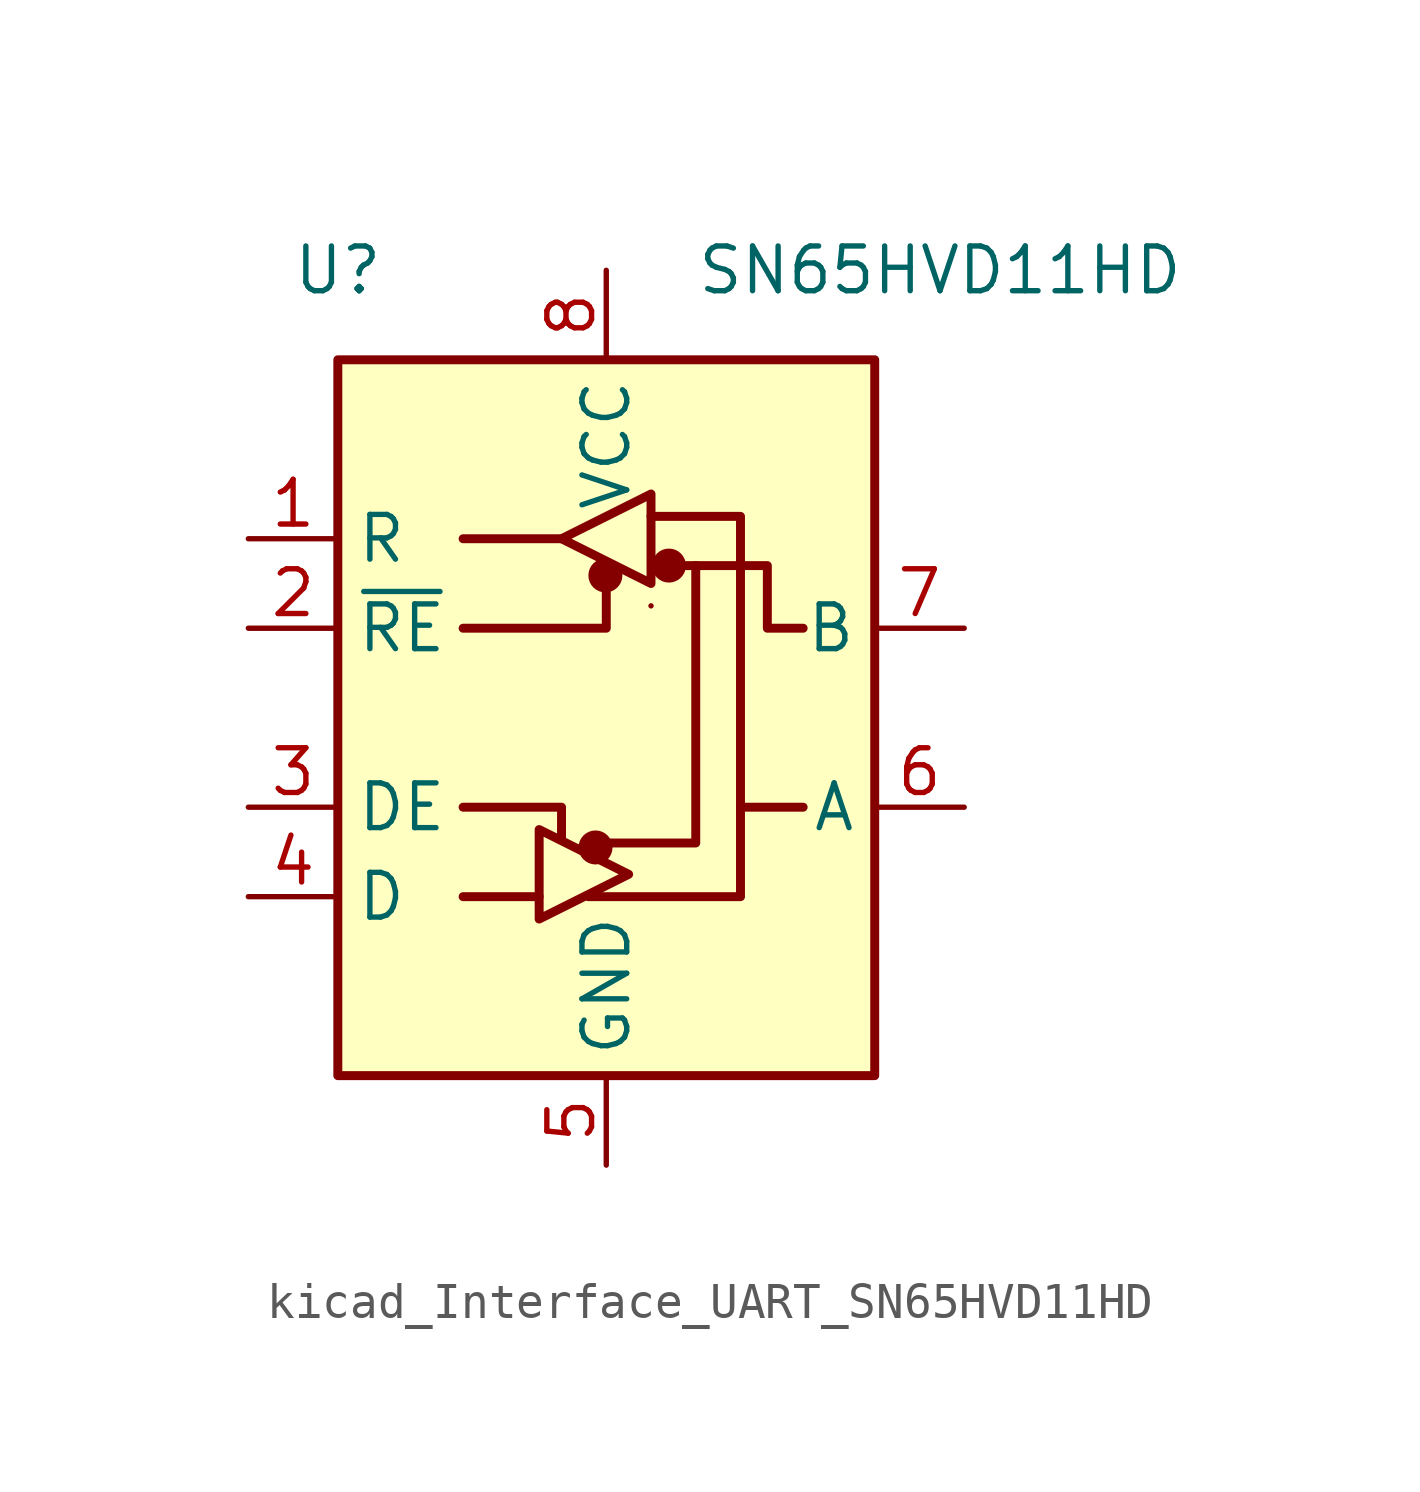
<source format=kicad_sym>
(kicad_symbol_lib
  (version 20220914)
  (generator kicad_symbol_editor)
  (symbol "kicad_Interface_UART_SN65HVD11HD"
    (property "Reference" "U"
      (at -7.62 12.7 0)
      (effects (font (size 1.27 1.27))))
    (property "Value" "SN65HVD11HD"
      (at 2.54 12.7 0)
      (effects (font (size 1.27 1.27)) (justify left)))
    (symbol "kicad_Interface_UART_SN65HVD11HD_0_1"
      (rectangle (start -7.62 10.16) (end 7.62 -10.16) (stroke (width 0.254) (type default)) (fill (type background)))
      (circle (center -0.305 -3.683) (radius 0.356) (stroke (width 0.254) (type default)) (fill (type outline)))
      (circle (center -0.025 4.039) (radius 0.356) (stroke (width 0.254) (type default)) (fill (type outline)))
      (polyline (pts (xy -4.064 -5.08) (xy -1.905 -5.08)) (stroke (width 0.254) (type default)) (fill (type none)))
      (polyline (pts (xy -4.064 5.08) (xy -1.27 5.08)) (stroke (width 0.254) (type default)) (fill (type none)))
      (polyline (pts (xy -1.27 -3.2) (xy -1.27 -3.454)) (stroke (width 0.254) (type default)) (fill (type none)))
      (polyline (pts (xy -4.064 -2.54) (xy -1.27 -2.54) (xy -1.27 -3.175)) (stroke (width 0.254) (type default)) (fill (type none)))
      (polyline (pts (xy 0 3.81) (xy 0 2.54) (xy -4.064 2.54)) (stroke (width 0.254) (type default)) (fill (type none)))
      (polyline (pts (xy 1.27 5.715) (xy 3.81 5.715) (xy 3.81 -2.54)) (stroke (width 0.254) (type default)) (fill (type none)))
      (polyline (pts (xy 2.54 4.318) (xy 2.54 -3.556) (xy -0.254 -3.556)) (stroke (width 0.254) (type default)) (fill (type none)))
      (polyline (pts (xy -1.905 -3.175) (xy -1.905 -5.715) (xy 0.635 -4.445) (xy -1.905 -3.175)) (stroke (width 0.254) (type default)) (fill (type none)))
      (polyline (pts (xy -1.27 5.08) (xy 1.27 6.35) (xy 1.27 3.81) (xy -1.27 5.08)) (stroke (width 0.254) (type default)) (fill (type none)))
      (polyline (pts (xy -0.508 -5.08) (xy 3.81 -5.08) (xy 3.81 -2.54) (xy 5.588 -2.54)) (stroke (width 0.254) (type default)) (fill (type none)))
      (polyline (pts (xy 2.032 4.318) (xy 4.572 4.318) (xy 4.572 2.54) (xy 5.588 2.54)) (stroke (width 0.254) (type default)) (fill (type none)))
      (rectangle (start 1.27 3.175) (end 1.27 3.175) (stroke (width 0) (type default)) (fill (type none)))
      (circle (center 1.778 4.318) (radius 0.356) (stroke (width 0.254) (type default)) (fill (type outline))))
    (symbol "kicad_Interface_UART_SN65HVD11HD_1_1"
      (pin output line (at -10.16 5.08 0) (length 2.54) (name "R" (effects (font (size 1.27 1.27)))) (number "1" (effects (font (size 1.27 1.27)))))
      (pin input line (at -10.16 2.54 0) (length 2.54) (name "~{RE}" (effects (font (size 1.27 1.27)))) (number "2" (effects (font (size 1.27 1.27)))))
      (pin input line (at -10.16 -2.54 0) (length 2.54) (name "DE" (effects (font (size 1.27 1.27)))) (number "3" (effects (font (size 1.27 1.27)))))
      (pin input line (at -10.16 -5.08 0) (length 2.54) (name "D" (effects (font (size 1.27 1.27)))) (number "4" (effects (font (size 1.27 1.27)))))
      (pin power_in line (at 0 -12.7 90) (length 2.54) (name "GND" (effects (font (size 1.27 1.27)))) (number "5" (effects (font (size 1.27 1.27)))))
      (pin bidirectional line (at 10.16 -2.54 180) (length 2.54) (name "A" (effects (font (size 1.27 1.27)))) (number "6" (effects (font (size 1.27 1.27)))))
      (pin bidirectional line (at 10.16 2.54 180) (length 2.54) (name "B" (effects (font (size 1.27 1.27)))) (number "7" (effects (font (size 1.27 1.27)))))
      (pin power_in line (at 0 12.7 270) (length 2.54) (name "VCC" (effects (font (size 1.27 1.27)))) (number "8" (effects (font (size 1.27 1.27))))))))
</source>
